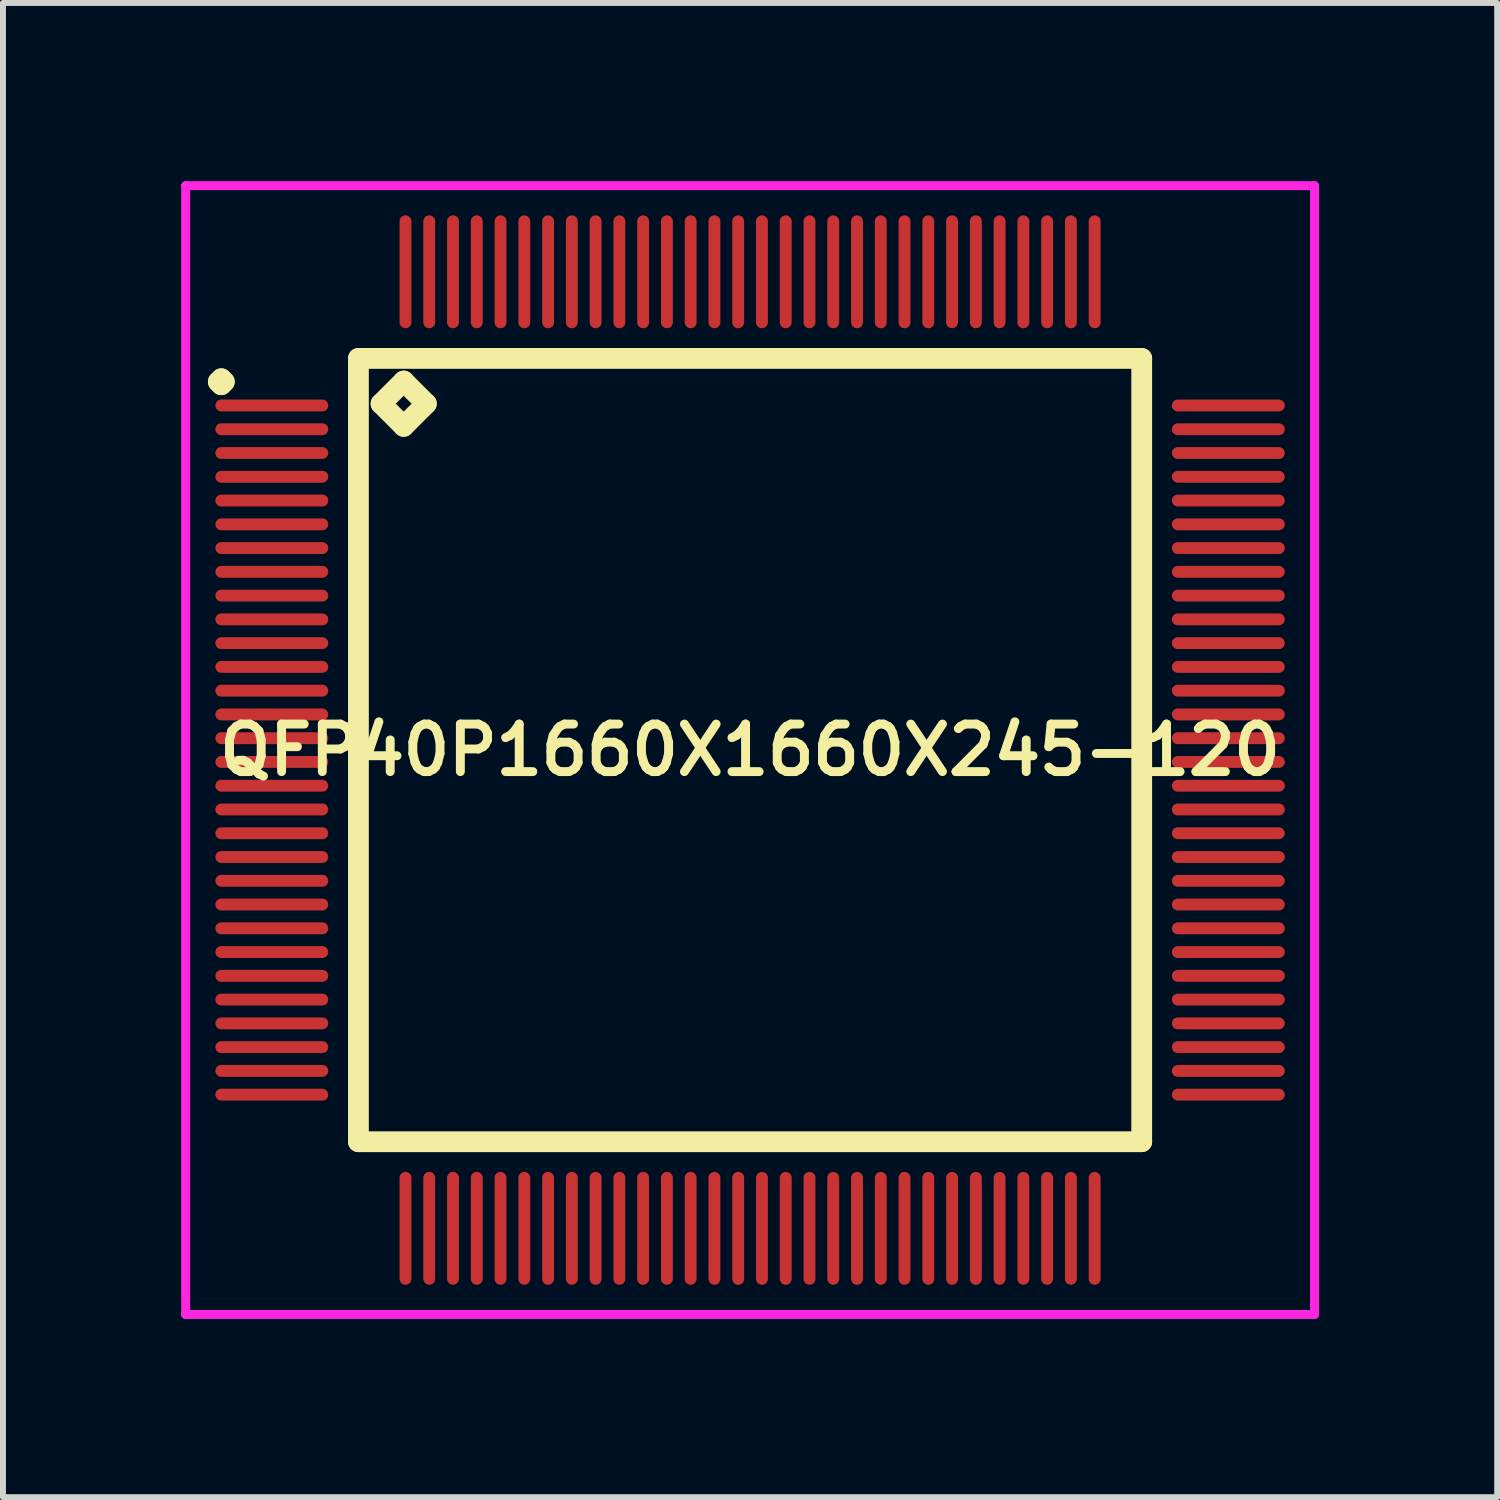
<source format=kicad_pcb>
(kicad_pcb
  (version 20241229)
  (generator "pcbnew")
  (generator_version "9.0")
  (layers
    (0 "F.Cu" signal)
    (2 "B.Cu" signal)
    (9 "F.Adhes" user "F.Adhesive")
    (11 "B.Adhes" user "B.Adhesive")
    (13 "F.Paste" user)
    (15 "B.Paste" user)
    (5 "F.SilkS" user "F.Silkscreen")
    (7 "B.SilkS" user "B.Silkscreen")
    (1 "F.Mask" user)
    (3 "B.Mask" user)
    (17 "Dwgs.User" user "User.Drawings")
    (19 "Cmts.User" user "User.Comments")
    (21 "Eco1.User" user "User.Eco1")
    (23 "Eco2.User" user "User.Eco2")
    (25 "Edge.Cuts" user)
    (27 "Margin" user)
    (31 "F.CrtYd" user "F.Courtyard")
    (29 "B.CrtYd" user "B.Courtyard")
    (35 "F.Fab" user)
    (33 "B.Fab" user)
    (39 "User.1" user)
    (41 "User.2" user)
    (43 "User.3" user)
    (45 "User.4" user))
  (footprint "QFP40P1660X1660X245-120"
    (layer "F.Cu")
    (at 9.575 9.575)
    (property "Reference" "QFP40P1660X1660X245-120" (at 0 0 0) (layer "F.SilkS") (effects (font (size 0.8 0.8) (thickness 0.15))))
    (attr smd)
    (fp_line (start -8.95 -6.2) (end -8.9 -6.25) (stroke (width 0.35) (type solid)) (layer "F.SilkS"))
    (fp_line (start -8.9 -6.25) (end -8.85 -6.2) (stroke (width 0.35) (type solid)) (layer "F.SilkS"))
    (fp_line (start -8.9 -6.15) (end -8.95 -6.2) (stroke (width 0.35) (type solid)) (layer "F.SilkS"))
    (fp_line (start -8.85 -6.2) (end -8.9 -6.15) (stroke (width 0.35) (type solid)) (layer "F.SilkS"))
    (fp_line (start -6.592 -6.592) (end -6.592 6.592) (stroke (width 0.35) (type solid)) (layer "F.SilkS"))
    (fp_line (start -6.592 6.592) (end 6.592 6.592) (stroke (width 0.35) (type solid)) (layer "F.SilkS"))
    (fp_line (start -6.211 -5.83) (end -5.83 -6.211) (stroke (width 0.35) (type solid)) (layer "F.SilkS"))
    (fp_line (start -5.83 -6.211) (end -5.449 -5.83) (stroke (width 0.35) (type solid)) (layer "F.SilkS"))
    (fp_line (start -5.83 -5.449) (end -6.211 -5.83) (stroke (width 0.35) (type solid)) (layer "F.SilkS"))
    (fp_line (start -5.449 -5.83) (end -5.83 -5.449) (stroke (width 0.35) (type solid)) (layer "F.SilkS"))
    (fp_line (start 6.592 -6.592) (end -6.592 -6.592) (stroke (width 0.35) (type solid)) (layer "F.SilkS"))
    (fp_line (start 6.592 6.592) (end 6.592 -6.592) (stroke (width 0.35) (type solid)) (layer "F.SilkS"))
    (fp_line (start -9.5 -9.5) (end 9.5 -9.5) (stroke (width 0.15) (type solid)) (layer "F.CrtYd"))
    (fp_line (start -9.5 9.5) (end -9.5 -9.5) (stroke (width 0.15) (type solid)) (layer "F.CrtYd"))
    (fp_line (start 9.5 -9.5) (end 9.5 9.5) (stroke (width 0.15) (type solid)) (layer "F.CrtYd"))
    (fp_line (start 9.5 9.5) (end -9.5 9.5) (stroke (width 0.15) (type solid)) (layer "F.CrtYd"))
    (pad "1" smd oval (at -8.05 -5.8) (size 1.9 0.2) (layers "F.Cu" "F.Mask" "F.Paste"))
    (pad "2" smd oval (at -8.05 -5.4) (size 1.9 0.2) (layers "F.Cu" "F.Mask" "F.Paste"))
    (pad "3" smd oval (at -8.05 -5) (size 1.9 0.2) (layers "F.Cu" "F.Mask" "F.Paste"))
    (pad "4" smd oval (at -8.05 -4.6) (size 1.9 0.2) (layers "F.Cu" "F.Mask" "F.Paste"))
    (pad "5" smd oval (at -8.05 -4.2) (size 1.9 0.2) (layers "F.Cu" "F.Mask" "F.Paste"))
    (pad "6" smd oval (at -8.05 -3.8) (size 1.9 0.2) (layers "F.Cu" "F.Mask" "F.Paste"))
    (pad "7" smd oval (at -8.05 -3.4) (size 1.9 0.2) (layers "F.Cu" "F.Mask" "F.Paste"))
    (pad "8" smd oval (at -8.05 -3) (size 1.9 0.2) (layers "F.Cu" "F.Mask" "F.Paste"))
    (pad "9" smd oval (at -8.05 -2.6) (size 1.9 0.2) (layers "F.Cu" "F.Mask" "F.Paste"))
    (pad "10" smd oval (at -8.05 -2.2) (size 1.9 0.2) (layers "F.Cu" "F.Mask" "F.Paste"))
    (pad "11" smd oval (at -8.05 -1.8) (size 1.9 0.2) (layers "F.Cu" "F.Mask" "F.Paste"))
    (pad "12" smd oval (at -8.05 -1.4) (size 1.9 0.2) (layers "F.Cu" "F.Mask" "F.Paste"))
    (pad "13" smd oval (at -8.05 -1) (size 1.9 0.2) (layers "F.Cu" "F.Mask" "F.Paste"))
    (pad "14" smd oval (at -8.05 -0.6) (size 1.9 0.2) (layers "F.Cu" "F.Mask" "F.Paste"))
    (pad "15" smd oval (at -8.05 -0.2) (size 1.9 0.2) (layers "F.Cu" "F.Mask" "F.Paste"))
    (pad "16" smd oval (at -8.05 0.2) (size 1.9 0.2) (layers "F.Cu" "F.Mask" "F.Paste"))
    (pad "17" smd oval (at -8.05 0.6) (size 1.9 0.2) (layers "F.Cu" "F.Mask" "F.Paste"))
    (pad "18" smd oval (at -8.05 1) (size 1.9 0.2) (layers "F.Cu" "F.Mask" "F.Paste"))
    (pad "19" smd oval (at -8.05 1.4) (size 1.9 0.2) (layers "F.Cu" "F.Mask" "F.Paste"))
    (pad "20" smd oval (at -8.05 1.8) (size 1.9 0.2) (layers "F.Cu" "F.Mask" "F.Paste"))
    (pad "21" smd oval (at -8.05 2.2) (size 1.9 0.2) (layers "F.Cu" "F.Mask" "F.Paste"))
    (pad "22" smd oval (at -8.05 2.6) (size 1.9 0.2) (layers "F.Cu" "F.Mask" "F.Paste"))
    (pad "23" smd oval (at -8.05 3) (size 1.9 0.2) (layers "F.Cu" "F.Mask" "F.Paste"))
    (pad "24" smd oval (at -8.05 3.4) (size 1.9 0.2) (layers "F.Cu" "F.Mask" "F.Paste"))
    (pad "25" smd oval (at -8.05 3.8) (size 1.9 0.2) (layers "F.Cu" "F.Mask" "F.Paste"))
    (pad "26" smd oval (at -8.05 4.2) (size 1.9 0.2) (layers "F.Cu" "F.Mask" "F.Paste"))
    (pad "27" smd oval (at -8.05 4.6) (size 1.9 0.2) (layers "F.Cu" "F.Mask" "F.Paste"))
    (pad "28" smd oval (at -8.05 5) (size 1.9 0.2) (layers "F.Cu" "F.Mask" "F.Paste"))
    (pad "29" smd oval (at -8.05 5.4) (size 1.9 0.2) (layers "F.Cu" "F.Mask" "F.Paste"))
    (pad "30" smd oval (at -8.05 5.8) (size 1.9 0.2) (layers "F.Cu" "F.Mask" "F.Paste"))
    (pad "31" smd oval (at -5.8 8.05) (size 0.2 1.9) (layers "F.Cu" "F.Mask" "F.Paste"))
    (pad "32" smd oval (at -5.4 8.05) (size 0.2 1.9) (layers "F.Cu" "F.Mask" "F.Paste"))
    (pad "33" smd oval (at -5 8.05) (size 0.2 1.9) (layers "F.Cu" "F.Mask" "F.Paste"))
    (pad "34" smd oval (at -4.6 8.05) (size 0.2 1.9) (layers "F.Cu" "F.Mask" "F.Paste"))
    (pad "35" smd oval (at -4.2 8.05) (size 0.2 1.9) (layers "F.Cu" "F.Mask" "F.Paste"))
    (pad "36" smd oval (at -3.8 8.05) (size 0.2 1.9) (layers "F.Cu" "F.Mask" "F.Paste"))
    (pad "37" smd oval (at -3.4 8.05) (size 0.2 1.9) (layers "F.Cu" "F.Mask" "F.Paste"))
    (pad "38" smd oval (at -3 8.05) (size 0.2 1.9) (layers "F.Cu" "F.Mask" "F.Paste"))
    (pad "39" smd oval (at -2.6 8.05) (size 0.2 1.9) (layers "F.Cu" "F.Mask" "F.Paste"))
    (pad "40" smd oval (at -2.2 8.05) (size 0.2 1.9) (layers "F.Cu" "F.Mask" "F.Paste"))
    (pad "41" smd oval (at -1.8 8.05) (size 0.2 1.9) (layers "F.Cu" "F.Mask" "F.Paste"))
    (pad "42" smd oval (at -1.4 8.05) (size 0.2 1.9) (layers "F.Cu" "F.Mask" "F.Paste"))
    (pad "43" smd oval (at -1 8.05) (size 0.2 1.9) (layers "F.Cu" "F.Mask" "F.Paste"))
    (pad "44" smd oval (at -0.6 8.05) (size 0.2 1.9) (layers "F.Cu" "F.Mask" "F.Paste"))
    (pad "45" smd oval (at -0.2 8.05) (size 0.2 1.9) (layers "F.Cu" "F.Mask" "F.Paste"))
    (pad "46" smd oval (at 0.2 8.05) (size 0.2 1.9) (layers "F.Cu" "F.Mask" "F.Paste"))
    (pad "47" smd oval (at 0.6 8.05) (size 0.2 1.9) (layers "F.Cu" "F.Mask" "F.Paste"))
    (pad "48" smd oval (at 1 8.05) (size 0.2 1.9) (layers "F.Cu" "F.Mask" "F.Paste"))
    (pad "49" smd oval (at 1.4 8.05) (size 0.2 1.9) (layers "F.Cu" "F.Mask" "F.Paste"))
    (pad "50" smd oval (at 1.8 8.05) (size 0.2 1.9) (layers "F.Cu" "F.Mask" "F.Paste"))
    (pad "51" smd oval (at 2.2 8.05) (size 0.2 1.9) (layers "F.Cu" "F.Mask" "F.Paste"))
    (pad "52" smd oval (at 2.6 8.05) (size 0.2 1.9) (layers "F.Cu" "F.Mask" "F.Paste"))
    (pad "53" smd oval (at 3 8.05) (size 0.2 1.9) (layers "F.Cu" "F.Mask" "F.Paste"))
    (pad "54" smd oval (at 3.4 8.05) (size 0.2 1.9) (layers "F.Cu" "F.Mask" "F.Paste"))
    (pad "55" smd oval (at 3.8 8.05) (size 0.2 1.9) (layers "F.Cu" "F.Mask" "F.Paste"))
    (pad "56" smd oval (at 4.2 8.05) (size 0.2 1.9) (layers "F.Cu" "F.Mask" "F.Paste"))
    (pad "57" smd oval (at 4.6 8.05) (size 0.2 1.9) (layers "F.Cu" "F.Mask" "F.Paste"))
    (pad "58" smd oval (at 5 8.05) (size 0.2 1.9) (layers "F.Cu" "F.Mask" "F.Paste"))
    (pad "59" smd oval (at 5.4 8.05) (size 0.2 1.9) (layers "F.Cu" "F.Mask" "F.Paste"))
    (pad "60" smd oval (at 5.8 8.05) (size 0.2 1.9) (layers "F.Cu" "F.Mask" "F.Paste"))
    (pad "61" smd oval (at 8.05 5.8) (size 1.9 0.2) (layers "F.Cu" "F.Mask" "F.Paste"))
    (pad "62" smd oval (at 8.05 5.4) (size 1.9 0.2) (layers "F.Cu" "F.Mask" "F.Paste"))
    (pad "63" smd oval (at 8.05 5) (size 1.9 0.2) (layers "F.Cu" "F.Mask" "F.Paste"))
    (pad "64" smd oval (at 8.05 4.6) (size 1.9 0.2) (layers "F.Cu" "F.Mask" "F.Paste"))
    (pad "65" smd oval (at 8.05 4.2) (size 1.9 0.2) (layers "F.Cu" "F.Mask" "F.Paste"))
    (pad "66" smd oval (at 8.05 3.8) (size 1.9 0.2) (layers "F.Cu" "F.Mask" "F.Paste"))
    (pad "67" smd oval (at 8.05 3.4) (size 1.9 0.2) (layers "F.Cu" "F.Mask" "F.Paste"))
    (pad "68" smd oval (at 8.05 3) (size 1.9 0.2) (layers "F.Cu" "F.Mask" "F.Paste"))
    (pad "69" smd oval (at 8.05 2.6) (size 1.9 0.2) (layers "F.Cu" "F.Mask" "F.Paste"))
    (pad "70" smd oval (at 8.05 2.2) (size 1.9 0.2) (layers "F.Cu" "F.Mask" "F.Paste"))
    (pad "71" smd oval (at 8.05 1.8) (size 1.9 0.2) (layers "F.Cu" "F.Mask" "F.Paste"))
    (pad "72" smd oval (at 8.05 1.4) (size 1.9 0.2) (layers "F.Cu" "F.Mask" "F.Paste"))
    (pad "73" smd oval (at 8.05 1) (size 1.9 0.2) (layers "F.Cu" "F.Mask" "F.Paste"))
    (pad "74" smd oval (at 8.05 0.6) (size 1.9 0.2) (layers "F.Cu" "F.Mask" "F.Paste"))
    (pad "75" smd oval (at 8.05 0.2) (size 1.9 0.2) (layers "F.Cu" "F.Mask" "F.Paste"))
    (pad "76" smd oval (at 8.05 -0.2) (size 1.9 0.2) (layers "F.Cu" "F.Mask" "F.Paste"))
    (pad "77" smd oval (at 8.05 -0.6) (size 1.9 0.2) (layers "F.Cu" "F.Mask" "F.Paste"))
    (pad "78" smd oval (at 8.05 -1) (size 1.9 0.2) (layers "F.Cu" "F.Mask" "F.Paste"))
    (pad "79" smd oval (at 8.05 -1.4) (size 1.9 0.2) (layers "F.Cu" "F.Mask" "F.Paste"))
    (pad "80" smd oval (at 8.05 -1.8) (size 1.9 0.2) (layers "F.Cu" "F.Mask" "F.Paste"))
    (pad "81" smd oval (at 8.05 -2.2) (size 1.9 0.2) (layers "F.Cu" "F.Mask" "F.Paste"))
    (pad "82" smd oval (at 8.05 -2.6) (size 1.9 0.2) (layers "F.Cu" "F.Mask" "F.Paste"))
    (pad "83" smd oval (at 8.05 -3) (size 1.9 0.2) (layers "F.Cu" "F.Mask" "F.Paste"))
    (pad "84" smd oval (at 8.05 -3.4) (size 1.9 0.2) (layers "F.Cu" "F.Mask" "F.Paste"))
    (pad "85" smd oval (at 8.05 -3.8) (size 1.9 0.2) (layers "F.Cu" "F.Mask" "F.Paste"))
    (pad "86" smd oval (at 8.05 -4.2) (size 1.9 0.2) (layers "F.Cu" "F.Mask" "F.Paste"))
    (pad "87" smd oval (at 8.05 -4.6) (size 1.9 0.2) (layers "F.Cu" "F.Mask" "F.Paste"))
    (pad "88" smd oval (at 8.05 -5) (size 1.9 0.2) (layers "F.Cu" "F.Mask" "F.Paste"))
    (pad "89" smd oval (at 8.05 -5.4) (size 1.9 0.2) (layers "F.Cu" "F.Mask" "F.Paste"))
    (pad "90" smd oval (at 8.05 -5.8) (size 1.9 0.2) (layers "F.Cu" "F.Mask" "F.Paste"))
    (pad "91" smd oval (at 5.8 -8.05) (size 0.2 1.9) (layers "F.Cu" "F.Mask" "F.Paste"))
    (pad "92" smd oval (at 5.4 -8.05) (size 0.2 1.9) (layers "F.Cu" "F.Mask" "F.Paste"))
    (pad "93" smd oval (at 5 -8.05) (size 0.2 1.9) (layers "F.Cu" "F.Mask" "F.Paste"))
    (pad "94" smd oval (at 4.6 -8.05) (size 0.2 1.9) (layers "F.Cu" "F.Mask" "F.Paste"))
    (pad "95" smd oval (at 4.2 -8.05) (size 0.2 1.9) (layers "F.Cu" "F.Mask" "F.Paste"))
    (pad "96" smd oval (at 3.8 -8.05) (size 0.2 1.9) (layers "F.Cu" "F.Mask" "F.Paste"))
    (pad "97" smd oval (at 3.4 -8.05) (size 0.2 1.9) (layers "F.Cu" "F.Mask" "F.Paste"))
    (pad "98" smd oval (at 3 -8.05) (size 0.2 1.9) (layers "F.Cu" "F.Mask" "F.Paste"))
    (pad "99" smd oval (at 2.6 -8.05) (size 0.2 1.9) (layers "F.Cu" "F.Mask" "F.Paste"))
    (pad "100" smd oval (at 2.2 -8.05) (size 0.2 1.9) (layers "F.Cu" "F.Mask" "F.Paste"))
    (pad "101" smd oval (at 1.8 -8.05) (size 0.2 1.9) (layers "F.Cu" "F.Mask" "F.Paste"))
    (pad "102" smd oval (at 1.4 -8.05) (size 0.2 1.9) (layers "F.Cu" "F.Mask" "F.Paste"))
    (pad "103" smd oval (at 1 -8.05) (size 0.2 1.9) (layers "F.Cu" "F.Mask" "F.Paste"))
    (pad "104" smd oval (at 0.6 -8.05) (size 0.2 1.9) (layers "F.Cu" "F.Mask" "F.Paste"))
    (pad "105" smd oval (at 0.2 -8.05) (size 0.2 1.9) (layers "F.Cu" "F.Mask" "F.Paste"))
    (pad "106" smd oval (at -0.2 -8.05) (size 0.2 1.9) (layers "F.Cu" "F.Mask" "F.Paste"))
    (pad "107" smd oval (at -0.6 -8.05) (size 0.2 1.9) (layers "F.Cu" "F.Mask" "F.Paste"))
    (pad "108" smd oval (at -1 -8.05) (size 0.2 1.9) (layers "F.Cu" "F.Mask" "F.Paste"))
    (pad "109" smd oval (at -1.4 -8.05) (size 0.2 1.9) (layers "F.Cu" "F.Mask" "F.Paste"))
    (pad "110" smd oval (at -1.8 -8.05) (size 0.2 1.9) (layers "F.Cu" "F.Mask" "F.Paste"))
    (pad "111" smd oval (at -2.2 -8.05) (size 0.2 1.9) (layers "F.Cu" "F.Mask" "F.Paste"))
    (pad "112" smd oval (at -2.6 -8.05) (size 0.2 1.9) (layers "F.Cu" "F.Mask" "F.Paste"))
    (pad "113" smd oval (at -3 -8.05) (size 0.2 1.9) (layers "F.Cu" "F.Mask" "F.Paste"))
    (pad "114" smd oval (at -3.4 -8.05) (size 0.2 1.9) (layers "F.Cu" "F.Mask" "F.Paste"))
    (pad "115" smd oval (at -3.8 -8.05) (size 0.2 1.9) (layers "F.Cu" "F.Mask" "F.Paste"))
    (pad "116" smd oval (at -4.2 -8.05) (size 0.2 1.9) (layers "F.Cu" "F.Mask" "F.Paste"))
    (pad "117" smd oval (at -4.6 -8.05) (size 0.2 1.9) (layers "F.Cu" "F.Mask" "F.Paste"))
    (pad "118" smd oval (at -5 -8.05) (size 0.2 1.9) (layers "F.Cu" "F.Mask" "F.Paste"))
    (pad "119" smd oval (at -5.4 -8.05) (size 0.2 1.9) (layers "F.Cu" "F.Mask" "F.Paste"))
    (pad "120" smd oval (at -5.8 -8.05) (size 0.2 1.9) (layers "F.Cu" "F.Mask" "F.Paste")))
  (gr_rect
    (start -3 -3)
    (end 22.15 22.15)
    (stroke (width 0.1) (type default))
    (fill no)
    (layer "Edge.Cuts")))
</source>
